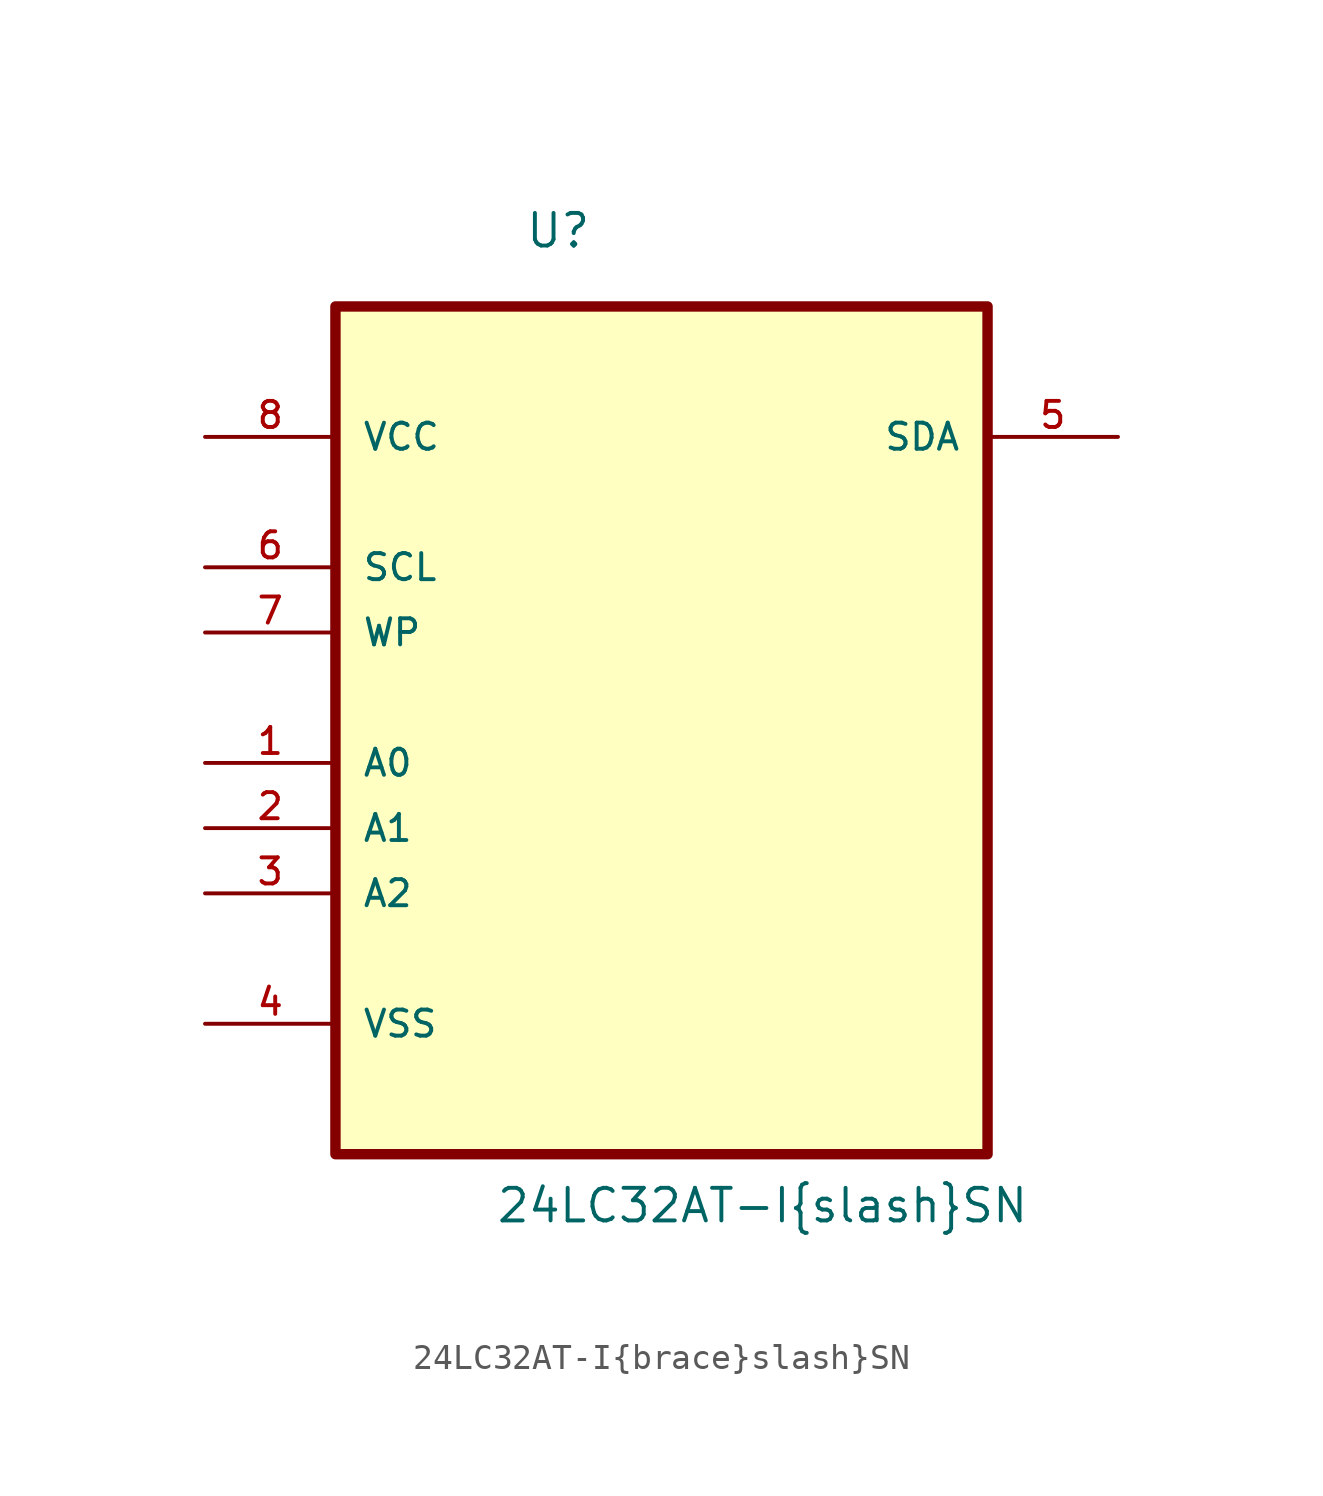
<source format=kicad_sym>
(kicad_symbol_lib
  (version 20211014)
  (generator kicad_symbol_editor)
  (symbol "24LC32AT-I{brace}slash}SN"
    (pin_names
      (offset 1.016))
    (property "Reference" "U"
      (at -5.334 14.91 0)
      (effects (font (size 1.27 1.27)) (justify left bottom)))
    (property "Value" "24LC32AT-I{brace}slash}SN"
      (at -6.477 -23.063 0)
      (effects (font (size 1.27 1.27)) (justify left bottom)))
    (property "ki_locked" ""
      (at 0 0 0)
      (effects (font (size 1.27 1.27))))
    (symbol "24LC32AT-I{brace}slash}SN_0_0"
      (rectangle (start -12.7 -20.32) (end 12.7 12.7) (stroke (width 0.406) (type default) (color 0 0 0 0)) (fill (type background)))
      (pin input line (at -17.78 -5.08 0) (length 5.08) (name "A0" (effects (font (size 1.016 1.016)))) (number "1" (effects (font (size 1.016 1.016)))))
      (pin input line (at -17.78 -7.62 0) (length 5.08) (name "A1" (effects (font (size 1.016 1.016)))) (number "2" (effects (font (size 1.016 1.016)))))
      (pin input line (at -17.78 -10.16 0) (length 5.08) (name "A2" (effects (font (size 1.016 1.016)))) (number "3" (effects (font (size 1.016 1.016)))))
      (pin passive line (at -17.78 -15.24 0) (length 5.08) (name "VSS" (effects (font (size 1.016 1.016)))) (number "4" (effects (font (size 1.016 1.016)))))
      (pin bidirectional line (at 17.78 7.62 180) (length 5.08) (name "SDA" (effects (font (size 1.016 1.016)))) (number "5" (effects (font (size 1.016 1.016)))))
      (pin input line (at -17.78 2.54 0) (length 5.08) (name "SCL" (effects (font (size 1.016 1.016)))) (number "6" (effects (font (size 1.016 1.016)))))
      (pin input line (at -17.78 0 0) (length 5.08) (name "WP" (effects (font (size 1.016 1.016)))) (number "7" (effects (font (size 1.016 1.016)))))
      (pin power_in line (at -17.78 7.62 0) (length 5.08) (name "VCC" (effects (font (size 1.016 1.016)))) (number "8" (effects (font (size 1.016 1.016))))))))
</source>
